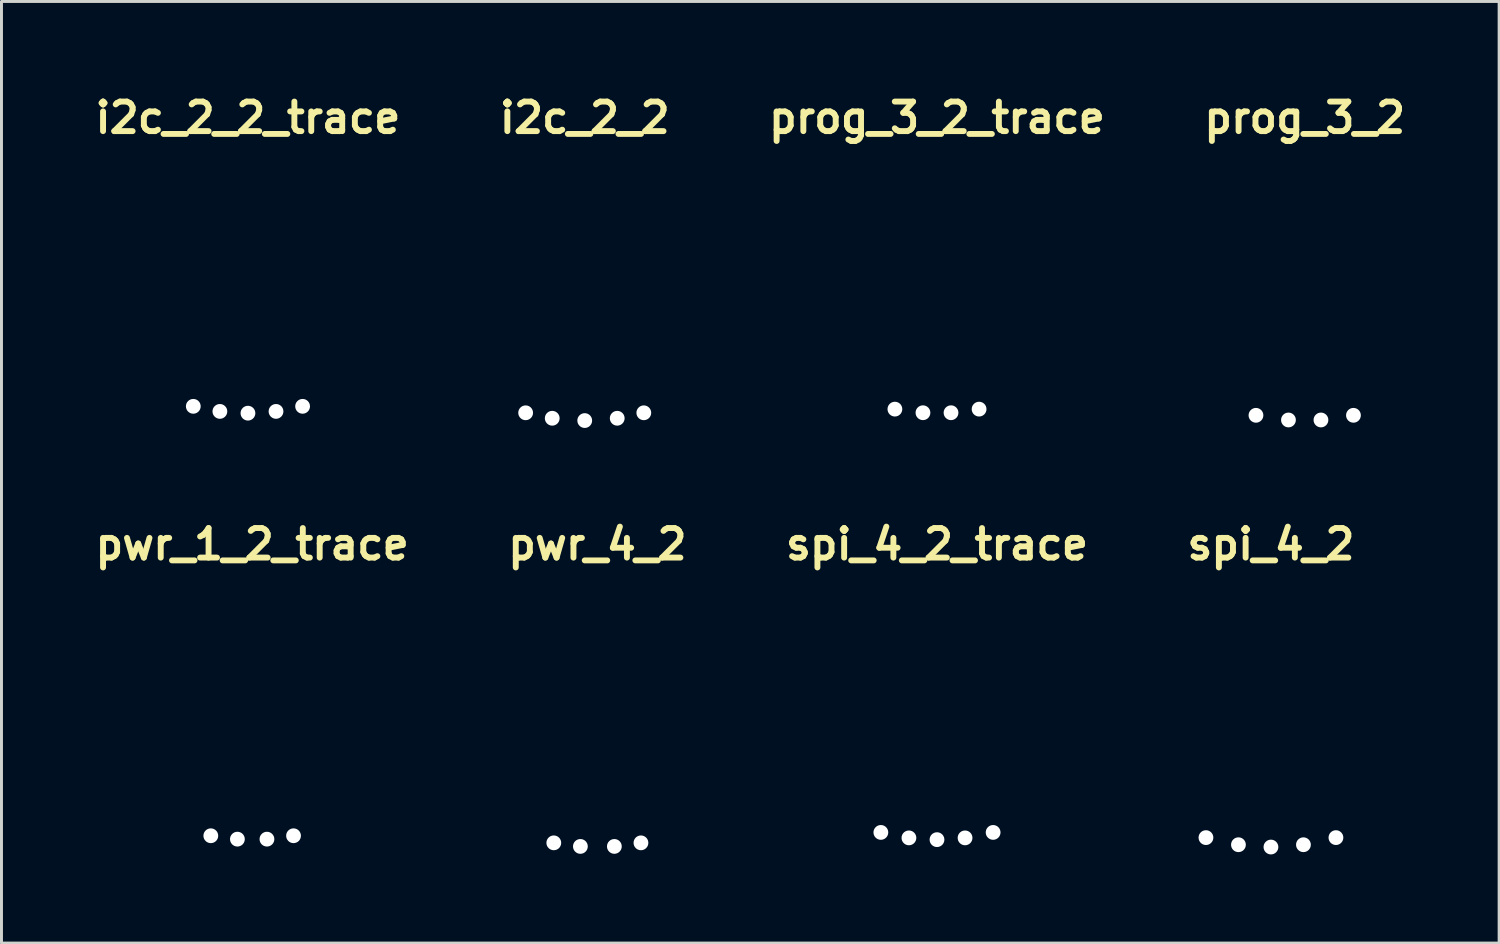
<source format=kicad_pcb>
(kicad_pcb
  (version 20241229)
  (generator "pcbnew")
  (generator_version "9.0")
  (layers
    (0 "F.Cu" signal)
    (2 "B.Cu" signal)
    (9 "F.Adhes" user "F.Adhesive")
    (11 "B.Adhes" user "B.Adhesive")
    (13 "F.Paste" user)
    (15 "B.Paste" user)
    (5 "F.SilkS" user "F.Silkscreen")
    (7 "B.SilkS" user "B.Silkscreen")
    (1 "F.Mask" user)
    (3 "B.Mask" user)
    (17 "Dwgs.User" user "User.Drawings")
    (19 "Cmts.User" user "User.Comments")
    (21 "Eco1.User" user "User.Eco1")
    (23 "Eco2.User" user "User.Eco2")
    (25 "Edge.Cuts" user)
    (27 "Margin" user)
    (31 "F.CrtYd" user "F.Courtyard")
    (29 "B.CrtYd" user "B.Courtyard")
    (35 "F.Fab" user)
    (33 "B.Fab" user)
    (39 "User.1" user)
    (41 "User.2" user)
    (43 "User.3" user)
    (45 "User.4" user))
  (footprint "spi_4_2"
    (layer "F.Cu")
    (at 39.971 17.872)
    (property "Reference" "spi_4_2" (at 0 -2.5 0) (layer "F.SilkS") (effects (font (size 1 1) (thickness 0.2))))
    (attr through_hole)
    (pad "" np_thru_hole circle (at -2.2 7.431) (size 0.5 0.5) (drill 0.5) (layers "*.Cu" "*.Mask"))
    (pad "" np_thru_hole circle (at -1.1 7.672) (size 0.5 0.5) (drill 0.5) (layers "*.Cu" "*.Mask"))
    (pad "" np_thru_hole circle (at 0 7.75) (size 0.5 0.5) (drill 0.5) (layers "*.Cu" "*.Mask"))
    (pad "" np_thru_hole circle (at 1.1 7.672) (size 0.5 0.5) (drill 0.5) (layers "*.Cu" "*.Mask"))
    (pad "" np_thru_hole circle (at 2.2 7.431) (size 0.5 0.5) (drill 0.5) (layers "*.Cu" "*.Mask")))
  (footprint "prog_3_2_trace"
    (layer "F.Cu")
    (at 28.667 3.436)
    (property "Reference" "prog_3_2_trace" (at 0 -2.5 0) (layer "F.SilkS") (effects (font (size 1 1) (thickness 0.2))))
    (attr through_hole)
    (pad "" np_thru_hole circle (at -1.425 7.363) (size 0.5 0.5) (drill 0.5) (layers "*.Cu" "*.Mask"))
    (pad "" np_thru_hole circle (at -0.475 7.485) (size 0.5 0.5) (drill 0.5) (layers "*.Cu" "*.Mask"))
    (pad "" np_thru_hole circle (at 0.475 7.485) (size 0.5 0.5) (drill 0.5) (layers "*.Cu" "*.Mask"))
    (pad "" np_thru_hole circle (at 1.425 7.363) (size 0.5 0.5) (drill 0.5) (layers "*.Cu" "*.Mask")))
  (footprint "i2c_2_2_trace"
    (layer "F.Cu")
    (at 5.343 3.436)
    (property "Reference" "i2c_2_2_trace" (at 0 -2.5 0) (layer "F.SilkS") (effects (font (size 1 1) (thickness 0.2))))
    (attr through_hole)
    (pad "" np_thru_hole circle (at -1.85 7.268) (size 0.5 0.5) (drill 0.5) (layers "*.Cu" "*.Mask"))
    (pad "" np_thru_hole circle (at -0.95 7.44) (size 0.5 0.5) (drill 0.5) (layers "*.Cu" "*.Mask"))
    (pad "" np_thru_hole circle (at 0 7.5) (size 0.5 0.5) (drill 0.5) (layers "*.Cu" "*.Mask"))
    (pad "" np_thru_hole circle (at 0.95 7.44) (size 0.5 0.5) (drill 0.5) (layers "*.Cu" "*.Mask"))
    (pad "" np_thru_hole circle (at 1.85 7.268) (size 0.5 0.5) (drill 0.5) (layers "*.Cu" "*.Mask")))
  (footprint "pwr_1_2_trace"
    (layer "F.Cu")
    (at 5.486 17.872)
    (property "Reference" "pwr_1_2_trace" (at 0 -2.5 0) (layer "F.SilkS") (effects (font (size 1 1) (thickness 0.2))))
    (attr through_hole)
    (pad "" np_thru_hole circle (at -1.4 7.368) (size 0.5 0.5) (drill 0.5) (layers "*.Cu" "*.Mask"))
    (pad "" np_thru_hole circle (at -0.5 7.483) (size 0.5 0.5) (drill 0.5) (layers "*.Cu" "*.Mask"))
    (pad "" np_thru_hole circle (at 0.5 7.483) (size 0.5 0.5) (drill 0.5) (layers "*.Cu" "*.Mask"))
    (pad "" np_thru_hole circle (at 1.4 7.368) (size 0.5 0.5) (drill 0.5) (layers "*.Cu" "*.Mask")))
  (footprint "prog_3_2"
    (layer "F.Cu")
    (at 41.114 3.436)
    (property "Reference" "prog_3_2" (at 0 -2.5 0) (layer "F.SilkS") (effects (font (size 1 1) (thickness 0.2))))
    (attr through_hole)
    (pad "" np_thru_hole circle (at -1.65 7.572) (size 0.5 0.5) (drill 0.5) (layers "*.Cu" "*.Mask"))
    (pad "" np_thru_hole circle (at -0.55 7.73) (size 0.5 0.5) (drill 0.5) (layers "*.Cu" "*.Mask"))
    (pad "" np_thru_hole circle (at 0.55 7.73) (size 0.5 0.5) (drill 0.5) (layers "*.Cu" "*.Mask"))
    (pad "" np_thru_hole circle (at 1.65 7.572) (size 0.5 0.5) (drill 0.5) (layers "*.Cu" "*.Mask")))
  (footprint "spi_4_2_trace"
    (layer "F.Cu")
    (at 28.667 17.872)
    (property "Reference" "spi_4_2_trace" (at 0 -2.5 0) (layer "F.SilkS") (effects (font (size 1 1) (thickness 0.2))))
    (attr through_hole)
    (pad "" np_thru_hole circle (at -1.9 7.255) (size 0.5 0.5) (drill 0.5) (layers "*.Cu" "*.Mask"))
    (pad "" np_thru_hole circle (at -0.95 7.44) (size 0.5 0.5) (drill 0.5) (layers "*.Cu" "*.Mask"))
    (pad "" np_thru_hole circle (at 0 7.5) (size 0.5 0.5) (drill 0.5) (layers "*.Cu" "*.Mask"))
    (pad "" np_thru_hole circle (at 0.95 7.44) (size 0.5 0.5) (drill 0.5) (layers "*.Cu" "*.Mask"))
    (pad "" np_thru_hole circle (at 1.9 7.255) (size 0.5 0.5) (drill 0.5) (layers "*.Cu" "*.Mask")))
  (footprint "pwr_4_2"
    (layer "F.Cu")
    (at 17.171 17.872)
    (property "Reference" "pwr_4_2" (at 0 -2.5 0) (layer "F.SilkS") (effects (font (size 1 1) (thickness 0.2))))
    (attr through_hole)
    (pad "" np_thru_hole circle (at -1.475 7.608) (size 0.5 0.5) (drill 0.5) (layers "*.Cu" "*.Mask"))
    (pad "" np_thru_hole circle (at -0.575 7.729) (size 0.5 0.5) (drill 0.5) (layers "*.Cu" "*.Mask"))
    (pad "" np_thru_hole circle (at 0.575 7.729) (size 0.5 0.5) (drill 0.5) (layers "*.Cu" "*.Mask"))
    (pad "" np_thru_hole circle (at 1.475 7.608) (size 0.5 0.5) (drill 0.5) (layers "*.Cu" "*.Mask")))
  (footprint "i2c_2_2"
    (layer "F.Cu")
    (at 16.743 3.436)
    (property "Reference" "i2c_2_2" (at 0 -2.5 0) (layer "F.SilkS") (effects (font (size 1 1) (thickness 0.2))))
    (attr through_hole)
    (pad "" np_thru_hole circle (at -2 7.487) (size 0.5 0.5) (drill 0.5) (layers "*.Cu" "*.Mask"))
    (pad "" np_thru_hole circle (at -1.1 7.672) (size 0.5 0.5) (drill 0.5) (layers "*.Cu" "*.Mask"))
    (pad "" np_thru_hole circle (at 0 7.75) (size 0.5 0.5) (drill 0.5) (layers "*.Cu" "*.Mask"))
    (pad "" np_thru_hole circle (at 1.1 7.672) (size 0.5 0.5) (drill 0.5) (layers "*.Cu" "*.Mask"))
    (pad "" np_thru_hole circle (at 2 7.487) (size 0.5 0.5) (drill 0.5) (layers "*.Cu" "*.Mask")))
  (gr_rect
    (start -3 -3)
    (end 47.695 28.872)
    (stroke (width 0.1) (type default))
    (fill no)
    (layer "Edge.Cuts")))
</source>
